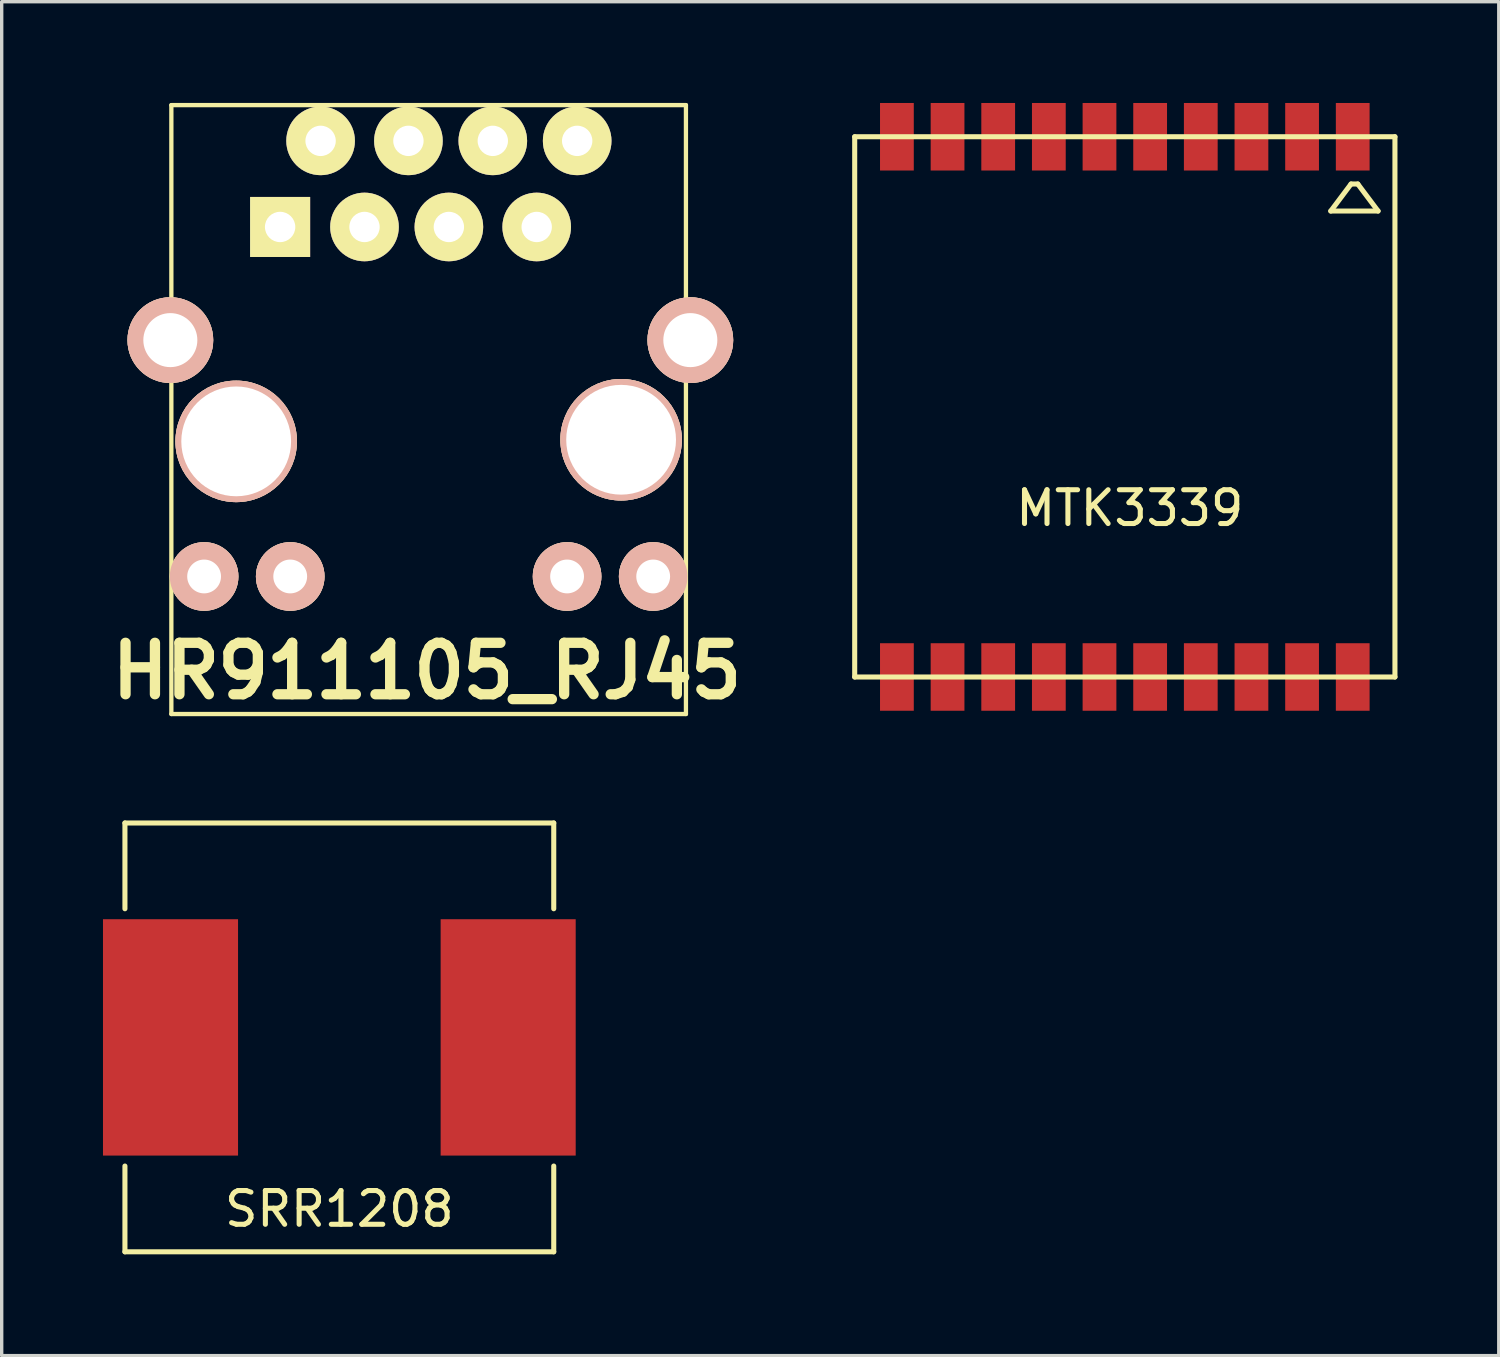
<source format=kicad_pcb>
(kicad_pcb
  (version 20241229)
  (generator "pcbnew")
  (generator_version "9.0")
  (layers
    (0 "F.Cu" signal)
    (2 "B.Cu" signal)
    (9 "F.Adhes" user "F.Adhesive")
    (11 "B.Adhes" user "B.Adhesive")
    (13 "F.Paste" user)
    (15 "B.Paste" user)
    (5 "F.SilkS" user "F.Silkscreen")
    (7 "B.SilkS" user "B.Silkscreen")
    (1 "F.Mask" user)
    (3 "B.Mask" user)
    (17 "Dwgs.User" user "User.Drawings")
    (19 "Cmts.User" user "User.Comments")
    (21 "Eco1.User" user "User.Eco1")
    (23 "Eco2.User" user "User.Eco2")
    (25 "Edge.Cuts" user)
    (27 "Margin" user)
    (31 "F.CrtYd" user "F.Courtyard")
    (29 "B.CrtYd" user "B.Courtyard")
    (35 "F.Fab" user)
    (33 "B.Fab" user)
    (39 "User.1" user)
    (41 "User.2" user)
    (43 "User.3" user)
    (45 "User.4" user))
  (footprint "HR911105_RJ45"
    (layer "F.Cu")
    (at 9.645 10.223)
    (property "Reference" "HR911105_RJ45" (at -0.051 6.599 0) (layer "F.SilkS") (effects (font (size 1.524 1.524) (thickness 0.305))))
    (attr through_hole)
    (fp_line (start -7.62 -10.16) (end -7.62 7.874) (stroke (width 0.127) (type solid)) (layer "F.SilkS"))
    (fp_line (start -7.62 7.874) (end 7.62 7.874) (stroke (width 0.127) (type solid)) (layer "F.SilkS"))
    (fp_line (start 7.62 -10.16) (end -7.62 -10.16) (stroke (width 0.127) (type solid)) (layer "F.SilkS"))
    (fp_line (start 7.62 7.874) (end 7.62 -10.16) (stroke (width 0.127) (type solid)) (layer "F.SilkS"))
    (pad "0" thru_hole circle (at -7.65 -3.2) (size 2.54 2.54) (drill 1.6) (layers "*.Cu" "*.SilkS" "*.Mask"))
    (pad "0" thru_hole circle (at 7.75 -3.2) (size 2.54 2.54) (drill 1.6) (layers "*.Cu" "*.SilkS" "*.Mask"))
    (pad "1" thru_hole rect (at -4.399 -6.551) (size 1.778 1.778) (drill 0.899) (layers "*.Cu" "*.Mask" "F.SilkS"))
    (pad "2" thru_hole circle (at -3.2 -9.101) (size 2.032 2.032) (drill 0.899) (layers "*.Cu" "*.Mask" "F.SilkS"))
    (pad "3" thru_hole circle (at -1.9 -6.551) (size 2.032 2.032) (drill 0.899) (layers "*.Cu" "*.Mask" "F.SilkS"))
    (pad "4" thru_hole circle (at -0.599 -9.101) (size 2.032 2.032) (drill 0.899) (layers "*.Cu" "*.Mask" "F.SilkS"))
    (pad "5" thru_hole circle (at 0.599 -6.551) (size 2.032 2.032) (drill 0.899) (layers "*.Cu" "*.Mask" "F.SilkS"))
    (pad "6" thru_hole circle (at 1.9 -9.101) (size 2.032 2.032) (drill 0.899) (layers "*.Cu" "*.Mask" "F.SilkS"))
    (pad "7" thru_hole circle (at 3.2 -6.551) (size 2.032 2.032) (drill 0.899) (layers "*.Cu" "*.Mask" "F.SilkS"))
    (pad "8" thru_hole circle (at 4.399 -9.101) (size 2.032 2.032) (drill 0.899) (layers "*.Cu" "*.Mask" "F.SilkS"))
    (pad "9" thru_hole circle (at -6.65 3.8) (size 2.032 2.032) (drill 1.001) (layers "*.Cu" "*.SilkS" "*.Mask"))
    (pad "10" thru_hole circle (at -4.1 3.8) (size 2.032 2.032) (drill 1.001) (layers "*.Cu" "*.SilkS" "*.Mask"))
    (pad "11" thru_hole circle (at 4.1 3.8) (size 2.032 2.032) (drill 1.001) (layers "*.Cu" "*.SilkS" "*.Mask"))
    (pad "12" thru_hole circle (at 6.65 3.8) (size 2.032 2.032) (drill 1.001) (layers "*.Cu" "*.SilkS" "*.Mask"))
    (pad "Hole" thru_hole circle (at -5.7 -0.201) (size 3.599 3.599) (drill 3.251) (layers "*.Cu" "*.SilkS" "*.Mask"))
    (pad "Hole" thru_hole circle (at 5.7 -0.249) (size 3.599 3.599) (drill 3.251) (layers "*.Cu" "*.SilkS" "*.Mask")))
  (footprint "MTK3339"
    (layer "F.Cu")
    (at 30.263 9)
    (property "Reference" "MTK3339" (at 0.148 3 0) (layer "F.SilkS") (effects (font (size 1 1) (thickness 0.15))))
    (attr through_hole)
    (fp_line (start -8 -8) (end -8 8) (stroke (width 0.15) (type solid)) (layer "F.SilkS"))
    (fp_line (start -8 8) (end 8 8) (stroke (width 0.15) (type solid)) (layer "F.SilkS"))
    (fp_line (start 6.1 -5.8) (end 6.7 -6.6) (stroke (width 0.15) (type solid)) (layer "F.SilkS"))
    (fp_line (start 6.7 -6.6) (end 6.9 -6.6) (stroke (width 0.15) (type solid)) (layer "F.SilkS"))
    (fp_line (start 6.9 -6.6) (end 7.5 -5.8) (stroke (width 0.15) (type solid)) (layer "F.SilkS"))
    (fp_line (start 7.5 -5.8) (end 6.1 -5.8) (stroke (width 0.15) (type solid)) (layer "F.SilkS"))
    (fp_line (start 8 -8) (end -8 -8) (stroke (width 0.15) (type solid)) (layer "F.SilkS"))
    (fp_line (start 8 8) (end 8 -8) (stroke (width 0.15) (type solid)) (layer "F.SilkS"))
    (pad "1" smd rect (at 6.75 -8) (size 1 2) (layers "F.Cu" "F.Mask" "F.Paste"))
    (pad "2" smd rect (at 5.25 -8) (size 1 2) (layers "F.Cu" "F.Mask" "F.Paste"))
    (pad "3" smd rect (at 3.75 -8) (size 1 2) (layers "F.Cu" "F.Mask" "F.Paste"))
    (pad "4" smd rect (at 2.25 -8) (size 1 2) (layers "F.Cu" "F.Mask" "F.Paste"))
    (pad "5" smd rect (at 0.75 -8) (size 1 2) (layers "F.Cu" "F.Mask" "F.Paste"))
    (pad "6" smd rect (at -0.75 -8) (size 1 2) (layers "F.Cu" "F.Mask" "F.Paste"))
    (pad "7" smd rect (at -2.25 -8) (size 1 2) (layers "F.Cu" "F.Mask" "F.Paste"))
    (pad "8" smd rect (at -3.75 -8) (size 1 2) (layers "F.Cu" "F.Mask" "F.Paste"))
    (pad "9" smd rect (at -5.25 -8) (size 1 2) (layers "F.Cu" "F.Mask" "F.Paste"))
    (pad "10" smd rect (at -6.75 -8) (size 1 2) (layers "F.Cu" "F.Mask" "F.Paste"))
    (pad "11" smd rect (at -6.75 8) (size 1 2) (layers "F.Cu" "F.Mask" "F.Paste"))
    (pad "12" smd rect (at -5.25 8) (size 1 2) (layers "F.Cu" "F.Mask" "F.Paste"))
    (pad "13" smd rect (at -3.75 8) (size 1 2) (layers "F.Cu" "F.Mask" "F.Paste"))
    (pad "14" smd rect (at -2.25 8) (size 1 2) (layers "F.Cu" "F.Mask" "F.Paste"))
    (pad "15" smd rect (at -0.75 8) (size 1 2) (layers "F.Cu" "F.Mask" "F.Paste"))
    (pad "16" smd rect (at 0.75 8) (size 1 2) (layers "F.Cu" "F.Mask" "F.Paste"))
    (pad "17" smd rect (at 2.25 8) (size 1 2) (layers "F.Cu" "F.Mask" "F.Paste"))
    (pad "18" smd rect (at 3.75 8) (size 1 2) (layers "F.Cu" "F.Mask" "F.Paste"))
    (pad "19" smd rect (at 5.25 8) (size 1 2) (layers "F.Cu" "F.Mask" "F.Paste"))
    (pad "20" smd rect (at 6.75 8) (size 1 2) (layers "F.Cu" "F.Mask" "F.Paste")))
  (footprint "SRR1208"
    (layer "F.Cu")
    (at 7 27.674)
    (property "Reference" "SRR1208" (at 0 5.08 0) (layer "F.SilkS") (effects (font (size 1 1) (thickness 0.15))))
    (attr through_hole)
    (fp_line (start -6.35 -3.81) (end -6.35 -6.35) (stroke (width 0.15) (type solid)) (layer "F.SilkS"))
    (fp_line (start -6.35 6.35) (end -6.35 3.81) (stroke (width 0.15) (type solid)) (layer "F.SilkS"))
    (fp_line (start -6.35 6.35) (end 6.35 6.35) (stroke (width 0.15) (type solid)) (layer "F.SilkS"))
    (fp_line (start 6.35 -6.35) (end -6.35 -6.35) (stroke (width 0.15) (type solid)) (layer "F.SilkS"))
    (fp_line (start 6.35 -3.81) (end 6.35 -6.35) (stroke (width 0.15) (type solid)) (layer "F.SilkS"))
    (fp_line (start 6.35 6.35) (end 6.35 3.81) (stroke (width 0.15) (type solid)) (layer "F.SilkS"))
    (pad "1" smd rect (at -5 0) (size 4 7) (layers "F.Cu" "F.Mask" "F.Paste"))
    (pad "2" smd rect (at 5 0) (size 4 7) (layers "F.Cu" "F.Mask" "F.Paste")))
  (gr_rect
    (start -3 -3)
    (end 41.338 37.099)
    (stroke (width 0.1) (type default))
    (fill no)
    (layer "Edge.Cuts")))
</source>
